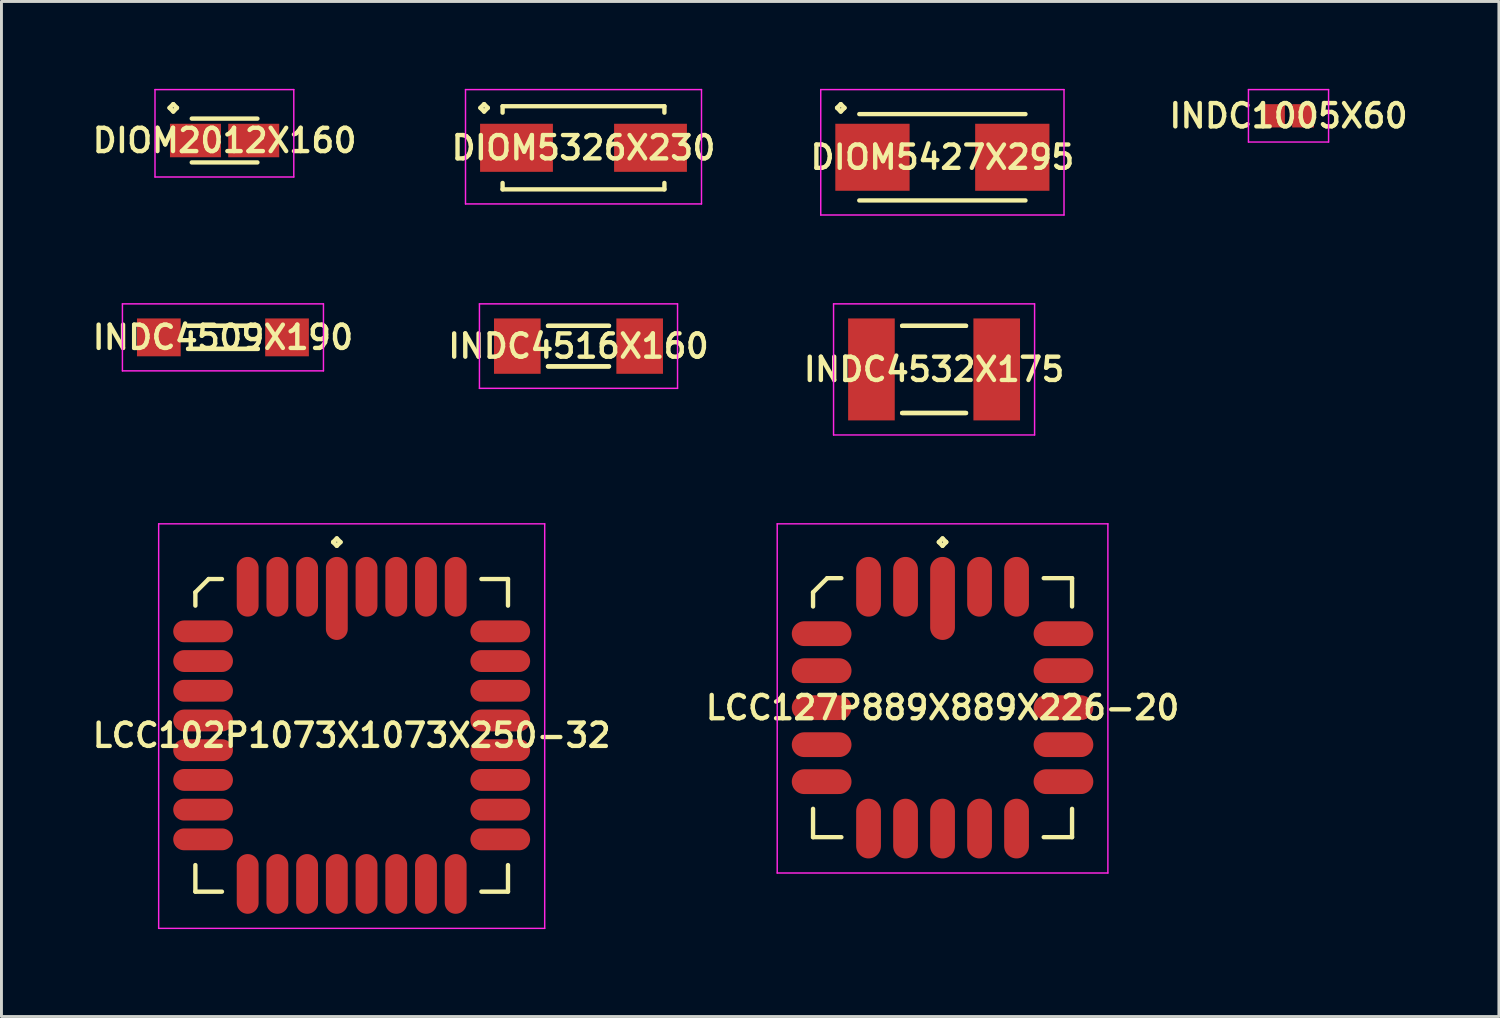
<source format=kicad_pcb>
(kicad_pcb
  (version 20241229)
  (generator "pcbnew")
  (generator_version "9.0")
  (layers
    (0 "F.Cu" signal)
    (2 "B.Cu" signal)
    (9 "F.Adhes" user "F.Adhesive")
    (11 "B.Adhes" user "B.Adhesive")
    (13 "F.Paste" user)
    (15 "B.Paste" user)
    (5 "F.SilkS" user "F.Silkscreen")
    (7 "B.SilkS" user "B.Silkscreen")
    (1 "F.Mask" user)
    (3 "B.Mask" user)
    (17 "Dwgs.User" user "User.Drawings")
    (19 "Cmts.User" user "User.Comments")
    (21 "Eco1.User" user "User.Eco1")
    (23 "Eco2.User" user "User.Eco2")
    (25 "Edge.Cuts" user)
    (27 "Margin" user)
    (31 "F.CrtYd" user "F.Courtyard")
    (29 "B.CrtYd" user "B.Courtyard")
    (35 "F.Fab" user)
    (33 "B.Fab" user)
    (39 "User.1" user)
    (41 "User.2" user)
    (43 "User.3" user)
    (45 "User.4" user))
  (footprint "INDC4509X190"
    (layer "F.Cu")
    (at 4.602 8.53)
    (property "Reference" "INDC4509X190" (at 0 0 0) (layer "F.SilkS") (effects (font (size 0.8 0.8) (thickness 0.15))))
    (attr smd)
    (fp_line (start -1.196 -0.396) (end 1.196 -0.396) (stroke (width 0.15) (type solid)) (layer "F.SilkS"))
    (fp_line (start -1.196 0.396) (end 1.196 0.396) (stroke (width 0.15) (type solid)) (layer "F.SilkS"))
    (fp_line (start 1.196 -0.396) (end -1.196 -0.396) (stroke (width 0.15) (type solid)) (layer "F.SilkS"))
    (fp_line (start 1.196 0.396) (end -1.196 0.396) (stroke (width 0.15) (type solid)) (layer "F.SilkS"))
    (fp_line (start -3.45 -1.15) (end 3.45 -1.15) (stroke (width 0.05) (type solid)) (layer "F.CrtYd"))
    (fp_line (start -3.45 1.15) (end -3.45 -1.15) (stroke (width 0.05) (type solid)) (layer "F.CrtYd"))
    (fp_line (start 3.45 -1.15) (end 3.45 1.15) (stroke (width 0.05) (type solid)) (layer "F.CrtYd"))
    (fp_line (start 3.45 1.15) (end -3.45 1.15) (stroke (width 0.05) (type solid)) (layer "F.CrtYd"))
    (pad "1" smd rect (at -2.2 0) (size 1.5 1.3) (layers "F.Cu" "F.Mask" "F.Paste"))
    (pad "2" smd rect (at 2.2 0) (size 1.5 1.3) (layers "F.Cu" "F.Mask" "F.Paste")))
  (footprint "INDC4516X160"
    (layer "F.Cu")
    (at 16.806 8.83)
    (property "Reference" "INDC4516X160" (at 0 0 0) (layer "F.SilkS") (effects (font (size 0.8 0.8) (thickness 0.15))))
    (attr smd)
    (fp_line (start -1.046 -0.696) (end 1.046 -0.696) (stroke (width 0.15) (type solid)) (layer "F.SilkS"))
    (fp_line (start -1.046 0.696) (end 1.046 0.696) (stroke (width 0.15) (type solid)) (layer "F.SilkS"))
    (fp_line (start 1.046 -0.696) (end -1.046 -0.696) (stroke (width 0.15) (type solid)) (layer "F.SilkS"))
    (fp_line (start 1.046 0.696) (end -1.046 0.696) (stroke (width 0.15) (type solid)) (layer "F.SilkS"))
    (fp_line (start -3.4 -1.45) (end 3.4 -1.45) (stroke (width 0.05) (type solid)) (layer "F.CrtYd"))
    (fp_line (start -3.4 1.45) (end -3.4 -1.45) (stroke (width 0.05) (type solid)) (layer "F.CrtYd"))
    (fp_line (start 3.4 -1.45) (end 3.4 1.45) (stroke (width 0.05) (type solid)) (layer "F.CrtYd"))
    (fp_line (start 3.4 1.45) (end -3.4 1.45) (stroke (width 0.05) (type solid)) (layer "F.CrtYd"))
    (pad "1" smd rect (at -2.1 0) (size 1.6 1.9) (layers "F.Cu" "F.Mask" "F.Paste"))
    (pad "2" smd rect (at 2.1 0) (size 1.6 1.9) (layers "F.Cu" "F.Mask" "F.Paste")))
  (footprint "LCC102P1073X1073X250-32"
    (layer "F.Cu")
    (at 9.021 22.19)
    (property "Reference" "LCC102P1073X1073X250-32" (at 0 0 0) (layer "F.SilkS") (effects (font (size 0.8 0.8) (thickness 0.15))))
    (attr smd)
    (fp_line (start -5.365 -4.909) (end -4.909 -5.365) (stroke (width 0.15) (type solid)) (layer "F.SilkS"))
    (fp_line (start -5.365 -4.453) (end -5.365 -4.909) (stroke (width 0.15) (type solid)) (layer "F.SilkS"))
    (fp_line (start -5.365 4.453) (end -5.365 5.365) (stroke (width 0.15) (type solid)) (layer "F.SilkS"))
    (fp_line (start -5.365 5.365) (end -4.453 5.365) (stroke (width 0.15) (type solid)) (layer "F.SilkS"))
    (fp_line (start -4.909 -5.365) (end -4.453 -5.365) (stroke (width 0.15) (type solid)) (layer "F.SilkS"))
    (fp_line (start -0.637 -6.633) (end -0.51 -6.76) (stroke (width 0.15) (type solid)) (layer "F.SilkS"))
    (fp_line (start -0.51 -6.76) (end -0.383 -6.633) (stroke (width 0.15) (type solid)) (layer "F.SilkS"))
    (fp_line (start -0.51 -6.506) (end -0.637 -6.633) (stroke (width 0.15) (type solid)) (layer "F.SilkS"))
    (fp_line (start -0.383 -6.633) (end -0.51 -6.506) (stroke (width 0.15) (type solid)) (layer "F.SilkS"))
    (fp_line (start 5.365 -5.365) (end 4.453 -5.365) (stroke (width 0.15) (type solid)) (layer "F.SilkS"))
    (fp_line (start 5.365 -4.453) (end 5.365 -5.365) (stroke (width 0.15) (type solid)) (layer "F.SilkS"))
    (fp_line (start 5.365 4.453) (end 5.365 5.365) (stroke (width 0.15) (type solid)) (layer "F.SilkS"))
    (fp_line (start 5.365 5.365) (end 4.453 5.365) (stroke (width 0.15) (type solid)) (layer "F.SilkS"))
    (fp_line (start -6.625 -7.26) (end 6.625 -7.26) (stroke (width 0.05) (type solid)) (layer "F.CrtYd"))
    (fp_line (start -6.625 6.625) (end -6.625 -7.26) (stroke (width 0.05) (type solid)) (layer "F.CrtYd"))
    (fp_line (start 6.625 -7.26) (end 6.625 6.625) (stroke (width 0.05) (type solid)) (layer "F.CrtYd"))
    (fp_line (start 6.625 6.625) (end -6.625 6.625) (stroke (width 0.05) (type solid)) (layer "F.CrtYd"))
    (pad "1" smd oval (at -0.51 -4.7) (size 0.75 2.85) (layers "F.Cu" "F.Mask" "F.Paste"))
    (pad "2" smd oval (at -1.53 -5.1) (size 0.75 2.05) (layers "F.Cu" "F.Mask" "F.Paste"))
    (pad "3" smd oval (at -2.55 -5.1) (size 0.75 2.05) (layers "F.Cu" "F.Mask" "F.Paste"))
    (pad "4" smd oval (at -3.57 -5.1) (size 0.75 2.05) (layers "F.Cu" "F.Mask" "F.Paste"))
    (pad "5" smd oval (at -5.1 -3.57) (size 2.05 0.75) (layers "F.Cu" "F.Mask" "F.Paste"))
    (pad "6" smd oval (at -5.1 -2.55) (size 2.05 0.75) (layers "F.Cu" "F.Mask" "F.Paste"))
    (pad "7" smd oval (at -5.1 -1.53) (size 2.05 0.75) (layers "F.Cu" "F.Mask" "F.Paste"))
    (pad "8" smd oval (at -5.1 -0.51) (size 2.05 0.75) (layers "F.Cu" "F.Mask" "F.Paste"))
    (pad "9" smd oval (at -5.1 0.51) (size 2.05 0.75) (layers "F.Cu" "F.Mask" "F.Paste"))
    (pad "10" smd oval (at -5.1 1.53) (size 2.05 0.75) (layers "F.Cu" "F.Mask" "F.Paste"))
    (pad "11" smd oval (at -5.1 2.55) (size 2.05 0.75) (layers "F.Cu" "F.Mask" "F.Paste"))
    (pad "12" smd oval (at -5.1 3.57) (size 2.05 0.75) (layers "F.Cu" "F.Mask" "F.Paste"))
    (pad "13" smd oval (at -3.57 5.1) (size 0.75 2.05) (layers "F.Cu" "F.Mask" "F.Paste"))
    (pad "14" smd oval (at -2.55 5.1) (size 0.75 2.05) (layers "F.Cu" "F.Mask" "F.Paste"))
    (pad "15" smd oval (at -1.53 5.1) (size 0.75 2.05) (layers "F.Cu" "F.Mask" "F.Paste"))
    (pad "16" smd oval (at -0.51 5.1) (size 0.75 2.05) (layers "F.Cu" "F.Mask" "F.Paste"))
    (pad "17" smd oval (at 0.51 5.1) (size 0.75 2.05) (layers "F.Cu" "F.Mask" "F.Paste"))
    (pad "18" smd oval (at 1.53 5.1) (size 0.75 2.05) (layers "F.Cu" "F.Mask" "F.Paste"))
    (pad "19" smd oval (at 2.55 5.1) (size 0.75 2.05) (layers "F.Cu" "F.Mask" "F.Paste"))
    (pad "20" smd oval (at 3.57 5.1) (size 0.75 2.05) (layers "F.Cu" "F.Mask" "F.Paste"))
    (pad "21" smd oval (at 5.1 3.57) (size 2.05 0.75) (layers "F.Cu" "F.Mask" "F.Paste"))
    (pad "22" smd oval (at 5.1 2.55) (size 2.05 0.75) (layers "F.Cu" "F.Mask" "F.Paste"))
    (pad "23" smd oval (at 5.1 1.53) (size 2.05 0.75) (layers "F.Cu" "F.Mask" "F.Paste"))
    (pad "24" smd oval (at 5.1 0.51) (size 2.05 0.75) (layers "F.Cu" "F.Mask" "F.Paste"))
    (pad "25" smd oval (at 5.1 -0.51) (size 2.05 0.75) (layers "F.Cu" "F.Mask" "F.Paste"))
    (pad "26" smd oval (at 5.1 -1.53) (size 2.05 0.75) (layers "F.Cu" "F.Mask" "F.Paste"))
    (pad "27" smd oval (at 5.1 -2.55) (size 2.05 0.75) (layers "F.Cu" "F.Mask" "F.Paste"))
    (pad "28" smd oval (at 5.1 -3.57) (size 2.05 0.75) (layers "F.Cu" "F.Mask" "F.Paste"))
    (pad "29" smd oval (at 3.57 -5.1) (size 0.75 2.05) (layers "F.Cu" "F.Mask" "F.Paste"))
    (pad "30" smd oval (at 2.55 -5.1) (size 0.75 2.05) (layers "F.Cu" "F.Mask" "F.Paste"))
    (pad "31" smd oval (at 1.53 -5.1) (size 0.75 2.05) (layers "F.Cu" "F.Mask" "F.Paste"))
    (pad "32" smd oval (at 0.51 -5.1) (size 0.75 2.05) (layers "F.Cu" "F.Mask" "F.Paste")))
  (footprint "DIOM5427X295"
    (layer "F.Cu")
    (at 29.296 2.348)
    (property "Reference" "DIOM5427X295" (at 0 0 0) (layer "F.SilkS") (effects (font (size 0.8 0.8) (thickness 0.15))))
    (attr smd)
    (fp_line (start -3.614 -1.696) (end -3.487 -1.823) (stroke (width 0.15) (type solid)) (layer "F.SilkS"))
    (fp_line (start -3.487 -1.823) (end -3.36 -1.696) (stroke (width 0.15) (type solid)) (layer "F.SilkS"))
    (fp_line (start -3.487 -1.569) (end -3.614 -1.696) (stroke (width 0.15) (type solid)) (layer "F.SilkS"))
    (fp_line (start -3.36 -1.696) (end -3.487 -1.569) (stroke (width 0.15) (type solid)) (layer "F.SilkS"))
    (fp_line (start -2.852 -1.482) (end 2.852 -1.482) (stroke (width 0.15) (type solid)) (layer "F.SilkS"))
    (fp_line (start -2.852 1.482) (end 2.852 1.482) (stroke (width 0.15) (type solid)) (layer "F.SilkS"))
    (fp_line (start -4.175 -2.323) (end 4.175 -2.323) (stroke (width 0.05) (type solid)) (layer "F.CrtYd"))
    (fp_line (start -4.175 1.982) (end -4.175 -2.323) (stroke (width 0.05) (type solid)) (layer "F.CrtYd"))
    (fp_line (start 4.175 -2.323) (end 4.175 1.982) (stroke (width 0.05) (type solid)) (layer "F.CrtYd"))
    (fp_line (start 4.175 1.982) (end -4.175 1.982) (stroke (width 0.05) (type solid)) (layer "F.CrtYd"))
    (pad "1" smd rect (at -2.4 0) (size 2.55 2.3) (layers "F.Cu" "F.Mask" "F.Paste"))
    (pad "2" smd rect (at 2.4 0) (size 2.55 2.3) (layers "F.Cu" "F.Mask" "F.Paste")))
  (footprint "INDC1005X60"
    (layer "F.Cu")
    (at 41.177 0.925)
    (property "Reference" "INDC1005X60" (at 0 0 0) (layer "F.SilkS") (effects (font (size 0.8 0.8) (thickness 0.15))))
    (attr smd)
    (fp_line (start -1.375 -0.9) (end 1.375 -0.9) (stroke (width 0.05) (type solid)) (layer "F.CrtYd"))
    (fp_line (start -1.375 0.9) (end -1.375 -0.9) (stroke (width 0.05) (type solid)) (layer "F.CrtYd"))
    (fp_line (start 1.375 -0.9) (end 1.375 0.9) (stroke (width 0.05) (type solid)) (layer "F.CrtYd"))
    (fp_line (start 1.375 0.9) (end -1.375 0.9) (stroke (width 0.05) (type solid)) (layer "F.CrtYd"))
    (pad "1" smd rect (at -0.5 0) (size 0.75 0.8) (layers "F.Cu" "F.Mask" "F.Paste"))
    (pad "2" smd rect (at 0.5 0) (size 0.75 0.8) (layers "F.Cu" "F.Mask" "F.Paste")))
  (footprint "DIOM2012X160"
    (layer "F.Cu")
    (at 4.659 1.773)
    (property "Reference" "DIOM2012X160" (at 0 0 0) (layer "F.SilkS") (effects (font (size 0.8 0.8) (thickness 0.15))))
    (attr smd)
    (fp_line (start -1.889 -1.121) (end -1.762 -1.248) (stroke (width 0.15) (type solid)) (layer "F.SilkS"))
    (fp_line (start -1.762 -1.248) (end -1.635 -1.121) (stroke (width 0.15) (type solid)) (layer "F.SilkS"))
    (fp_line (start -1.762 -0.994) (end -1.889 -1.121) (stroke (width 0.15) (type solid)) (layer "F.SilkS"))
    (fp_line (start -1.635 -1.121) (end -1.762 -0.994) (stroke (width 0.15) (type solid)) (layer "F.SilkS"))
    (fp_line (start -1.127 -0.752) (end 1.127 -0.752) (stroke (width 0.15) (type solid)) (layer "F.SilkS"))
    (fp_line (start -1.127 0.752) (end 1.127 0.752) (stroke (width 0.15) (type solid)) (layer "F.SilkS"))
    (fp_line (start -2.389 -1.748) (end 2.375 -1.748) (stroke (width 0.05) (type solid)) (layer "F.CrtYd"))
    (fp_line (start -2.389 1.252) (end -2.389 -1.748) (stroke (width 0.05) (type solid)) (layer "F.CrtYd"))
    (fp_line (start 2.375 -1.748) (end 2.375 1.252) (stroke (width 0.05) (type solid)) (layer "F.CrtYd"))
    (fp_line (start 2.375 1.252) (end -2.389 1.252) (stroke (width 0.05) (type solid)) (layer "F.CrtYd"))
    (pad "1" smd rect (at -1 0) (size 1.75 1.15) (layers "F.Cu" "F.Mask" "F.Paste"))
    (pad "2" smd rect (at 1 0) (size 1.75 1.15) (layers "F.Cu" "F.Mask" "F.Paste")))
  (footprint "LCC127P889X889X226-20"
    (layer "F.Cu")
    (at 29.302 21.24)
    (property "Reference" "LCC127P889X889X226-20" (at 0 0 0) (layer "F.SilkS") (effects (font (size 0.8 0.8) (thickness 0.15))))
    (attr smd)
    (fp_line (start -4.445 -3.959) (end -3.959 -4.445) (stroke (width 0.15) (type solid)) (layer "F.SilkS"))
    (fp_line (start -4.445 -3.473) (end -4.445 -3.959) (stroke (width 0.15) (type solid)) (layer "F.SilkS"))
    (fp_line (start -4.445 3.473) (end -4.445 4.445) (stroke (width 0.15) (type solid)) (layer "F.SilkS"))
    (fp_line (start -4.445 4.445) (end -3.473 4.445) (stroke (width 0.15) (type solid)) (layer "F.SilkS"))
    (fp_line (start -3.959 -4.445) (end -3.473 -4.445) (stroke (width 0.15) (type solid)) (layer "F.SilkS"))
    (fp_line (start -0.127 -5.683) (end 0 -5.81) (stroke (width 0.15) (type solid)) (layer "F.SilkS"))
    (fp_line (start 0 -5.81) (end 0.127 -5.683) (stroke (width 0.15) (type solid)) (layer "F.SilkS"))
    (fp_line (start 0 -5.556) (end -0.127 -5.683) (stroke (width 0.15) (type solid)) (layer "F.SilkS"))
    (fp_line (start 0.127 -5.683) (end 0 -5.556) (stroke (width 0.15) (type solid)) (layer "F.SilkS"))
    (fp_line (start 4.445 -4.445) (end 3.473 -4.445) (stroke (width 0.15) (type solid)) (layer "F.SilkS"))
    (fp_line (start 4.445 -3.473) (end 4.445 -4.445) (stroke (width 0.15) (type solid)) (layer "F.SilkS"))
    (fp_line (start 4.445 3.473) (end 4.445 4.445) (stroke (width 0.15) (type solid)) (layer "F.SilkS"))
    (fp_line (start 4.445 4.445) (end 3.473 4.445) (stroke (width 0.15) (type solid)) (layer "F.SilkS"))
    (fp_line (start -5.675 -6.31) (end 5.675 -6.31) (stroke (width 0.05) (type solid)) (layer "F.CrtYd"))
    (fp_line (start -5.675 5.675) (end -5.675 -6.31) (stroke (width 0.05) (type solid)) (layer "F.CrtYd"))
    (fp_line (start 5.675 -6.31) (end 5.675 5.675) (stroke (width 0.05) (type solid)) (layer "F.CrtYd"))
    (fp_line (start 5.675 5.675) (end -5.675 5.675) (stroke (width 0.05) (type solid)) (layer "F.CrtYd"))
    (pad "1" smd oval (at 0 -3.75) (size 0.85 2.85) (layers "F.Cu" "F.Mask" "F.Paste"))
    (pad "2" smd oval (at -1.27 -4.15) (size 0.85 2.05) (layers "F.Cu" "F.Mask" "F.Paste"))
    (pad "3" smd oval (at -2.54 -4.15) (size 0.85 2.05) (layers "F.Cu" "F.Mask" "F.Paste"))
    (pad "4" smd oval (at -4.15 -2.54) (size 2.05 0.85) (layers "F.Cu" "F.Mask" "F.Paste"))
    (pad "5" smd oval (at -4.15 -1.27) (size 2.05 0.85) (layers "F.Cu" "F.Mask" "F.Paste"))
    (pad "6" smd oval (at -4.15 0) (size 2.05 0.85) (layers "F.Cu" "F.Mask" "F.Paste"))
    (pad "7" smd oval (at -4.15 1.27) (size 2.05 0.85) (layers "F.Cu" "F.Mask" "F.Paste"))
    (pad "8" smd oval (at -4.15 2.54) (size 2.05 0.85) (layers "F.Cu" "F.Mask" "F.Paste"))
    (pad "9" smd oval (at -2.54 4.15) (size 0.85 2.05) (layers "F.Cu" "F.Mask" "F.Paste"))
    (pad "10" smd oval (at -1.27 4.15) (size 0.85 2.05) (layers "F.Cu" "F.Mask" "F.Paste"))
    (pad "11" smd oval (at 0 4.15) (size 0.85 2.05) (layers "F.Cu" "F.Mask" "F.Paste"))
    (pad "12" smd oval (at 1.27 4.15) (size 0.85 2.05) (layers "F.Cu" "F.Mask" "F.Paste"))
    (pad "13" smd oval (at 2.54 4.15) (size 0.85 2.05) (layers "F.Cu" "F.Mask" "F.Paste"))
    (pad "14" smd oval (at 4.15 2.54) (size 2.05 0.85) (layers "F.Cu" "F.Mask" "F.Paste"))
    (pad "15" smd oval (at 4.15 1.27) (size 2.05 0.85) (layers "F.Cu" "F.Mask" "F.Paste"))
    (pad "16" smd oval (at 4.15 0) (size 2.05 0.85) (layers "F.Cu" "F.Mask" "F.Paste"))
    (pad "17" smd oval (at 4.15 -1.27) (size 2.05 0.85) (layers "F.Cu" "F.Mask" "F.Paste"))
    (pad "18" smd oval (at 4.15 -2.54) (size 2.05 0.85) (layers "F.Cu" "F.Mask" "F.Paste"))
    (pad "19" smd oval (at 2.54 -4.15) (size 0.85 2.05) (layers "F.Cu" "F.Mask" "F.Paste"))
    (pad "20" smd oval (at 1.27 -4.15) (size 0.85 2.05) (layers "F.Cu" "F.Mask" "F.Paste")))
  (footprint "DIOM5326X230"
    (layer "F.Cu")
    (at 16.978 2.023)
    (property "Reference" "DIOM5326X230" (at 0 0 0) (layer "F.SilkS") (effects (font (size 0.8 0.8) (thickness 0.15))))
    (attr smd)
    (fp_line (start -3.539 -1.371) (end -3.412 -1.498) (stroke (width 0.15) (type solid)) (layer "F.SilkS"))
    (fp_line (start -3.412 -1.498) (end -3.285 -1.371) (stroke (width 0.15) (type solid)) (layer "F.SilkS"))
    (fp_line (start -3.412 -1.244) (end -3.539 -1.371) (stroke (width 0.15) (type solid)) (layer "F.SilkS"))
    (fp_line (start -3.285 -1.371) (end -3.412 -1.244) (stroke (width 0.15) (type solid)) (layer "F.SilkS"))
    (fp_line (start -2.777 -1.427) (end 2.777 -1.427) (stroke (width 0.15) (type solid)) (layer "F.SilkS"))
    (fp_line (start -2.777 -1.206) (end -2.777 -1.427) (stroke (width 0.15) (type solid)) (layer "F.SilkS"))
    (fp_line (start -2.777 1.206) (end -2.777 1.427) (stroke (width 0.15) (type solid)) (layer "F.SilkS"))
    (fp_line (start -2.777 1.427) (end 2.777 1.427) (stroke (width 0.15) (type solid)) (layer "F.SilkS"))
    (fp_line (start 2.777 -1.427) (end 2.777 -1.206) (stroke (width 0.15) (type solid)) (layer "F.SilkS"))
    (fp_line (start 2.777 1.427) (end 2.777 1.206) (stroke (width 0.15) (type solid)) (layer "F.SilkS"))
    (fp_line (start -4.05 -1.998) (end 4.05 -1.998) (stroke (width 0.05) (type solid)) (layer "F.CrtYd"))
    (fp_line (start -4.05 1.927) (end -4.05 -1.998) (stroke (width 0.05) (type solid)) (layer "F.CrtYd"))
    (fp_line (start 4.05 -1.998) (end 4.05 1.927) (stroke (width 0.05) (type solid)) (layer "F.CrtYd"))
    (fp_line (start 4.05 1.927) (end -4.05 1.927) (stroke (width 0.05) (type solid)) (layer "F.CrtYd"))
    (pad "1" smd rect (at -2.3 0) (size 2.5 1.65) (layers "F.Cu" "F.Mask" "F.Paste"))
    (pad "2" smd rect (at 2.3 0) (size 2.5 1.65) (layers "F.Cu" "F.Mask" "F.Paste")))
  (footprint "INDC4532X175"
    (layer "F.Cu")
    (at 29.011 9.63)
    (property "Reference" "INDC4532X175" (at 0 0 0) (layer "F.SilkS") (effects (font (size 0.8 0.8) (thickness 0.15))))
    (attr smd)
    (fp_line (start -1.096 -1.496) (end 1.096 -1.496) (stroke (width 0.15) (type solid)) (layer "F.SilkS"))
    (fp_line (start -1.096 1.496) (end 1.096 1.496) (stroke (width 0.15) (type solid)) (layer "F.SilkS"))
    (fp_line (start 1.096 -1.496) (end -1.096 -1.496) (stroke (width 0.15) (type solid)) (layer "F.SilkS"))
    (fp_line (start 1.096 1.496) (end -1.096 1.496) (stroke (width 0.15) (type solid)) (layer "F.SilkS"))
    (fp_line (start -3.45 -2.25) (end 3.45 -2.25) (stroke (width 0.05) (type solid)) (layer "F.CrtYd"))
    (fp_line (start -3.45 2.25) (end -3.45 -2.25) (stroke (width 0.05) (type solid)) (layer "F.CrtYd"))
    (fp_line (start 3.45 -2.25) (end 3.45 2.25) (stroke (width 0.05) (type solid)) (layer "F.CrtYd"))
    (fp_line (start 3.45 2.25) (end -3.45 2.25) (stroke (width 0.05) (type solid)) (layer "F.CrtYd"))
    (pad "1" smd rect (at -2.15 0) (size 1.6 3.5) (layers "F.Cu" "F.Mask" "F.Paste"))
    (pad "2" smd rect (at 2.15 0) (size 1.6 3.5) (layers "F.Cu" "F.Mask" "F.Paste")))
  (gr_rect
    (start -3 -3)
    (end 48.398 31.84)
    (stroke (width 0.1) (type default))
    (fill no)
    (layer "Edge.Cuts")))
</source>
